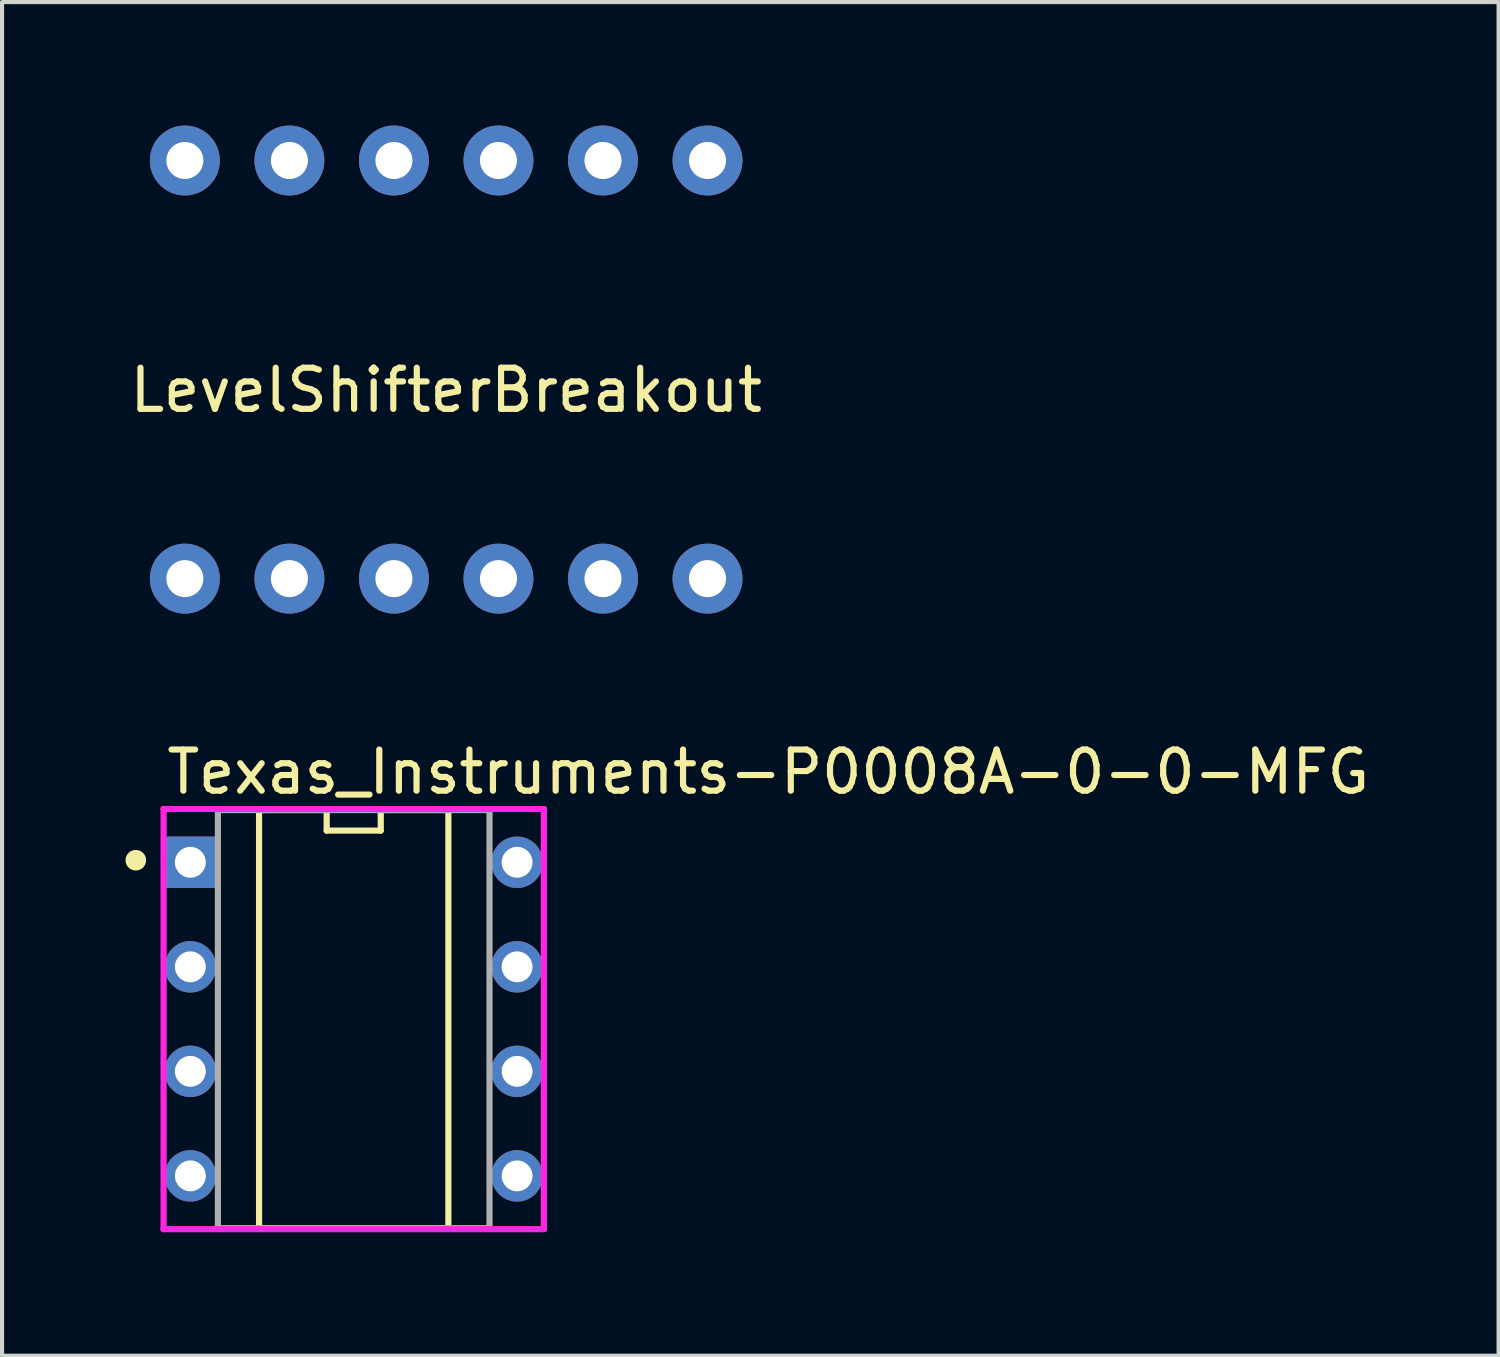
<source format=kicad_pcb>
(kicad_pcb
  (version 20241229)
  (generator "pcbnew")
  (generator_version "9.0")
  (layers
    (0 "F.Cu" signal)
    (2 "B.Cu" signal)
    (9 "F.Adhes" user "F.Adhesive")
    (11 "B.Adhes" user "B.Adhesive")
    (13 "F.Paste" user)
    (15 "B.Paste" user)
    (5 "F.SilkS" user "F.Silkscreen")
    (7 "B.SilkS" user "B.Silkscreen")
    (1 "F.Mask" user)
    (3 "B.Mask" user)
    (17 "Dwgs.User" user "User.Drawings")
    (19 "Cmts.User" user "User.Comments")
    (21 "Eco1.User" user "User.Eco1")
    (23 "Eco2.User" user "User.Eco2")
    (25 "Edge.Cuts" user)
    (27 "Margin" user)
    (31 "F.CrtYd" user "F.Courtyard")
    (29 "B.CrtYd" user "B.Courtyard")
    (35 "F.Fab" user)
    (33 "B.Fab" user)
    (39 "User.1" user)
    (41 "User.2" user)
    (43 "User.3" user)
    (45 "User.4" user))
  (footprint "LevelShifterBreakout"
    (layer "F.Cu")
    (at 7.792 5.93)
    (property "Reference" "LevelShifterBreakout" (at 0 0.5 0) (layer "F.SilkS") (effects (font (size 1 1) (thickness 0.15))))
    (attr through_hole)
    (pad "1" thru_hole circle (at 6.35 -5.08) (size 1.7 1.7) (drill 0.9) (layers "*.Cu" "*.Mask"))
    (pad "2" thru_hole circle (at 3.81 -5.08) (size 1.7 1.7) (drill 0.9) (layers "*.Cu" "*.Mask"))
    (pad "3" thru_hole circle (at 1.27 -5.08) (size 1.7 1.7) (drill 0.9) (layers "*.Cu" "*.Mask"))
    (pad "4" thru_hole circle (at -1.27 -5.08) (size 1.7 1.7) (drill 0.9) (layers "*.Cu" "*.Mask"))
    (pad "5" thru_hole circle (at -3.81 -5.08) (size 1.7 1.7) (drill 0.9) (layers "*.Cu" "*.Mask"))
    (pad "6" thru_hole circle (at -6.35 -5.08) (size 1.7 1.7) (drill 0.9) (layers "*.Cu" "*.Mask"))
    (pad "7" thru_hole circle (at -6.35 5.08) (size 1.7 1.7) (drill 0.9) (layers "*.Cu" "*.Mask"))
    (pad "8" thru_hole circle (at -3.81 5.08) (size 1.7 1.7) (drill 0.9) (layers "*.Cu" "*.Mask"))
    (pad "9" thru_hole circle (at -1.27 5.08) (size 1.7 1.7) (drill 0.9) (layers "*.Cu" "*.Mask"))
    (pad "10" thru_hole circle (at 1.27 5.08) (size 1.7 1.7) (drill 0.9) (layers "*.Cu" "*.Mask"))
    (pad "11" thru_hole circle (at 3.81 5.08) (size 1.7 1.7) (drill 0.9) (layers "*.Cu" "*.Mask"))
    (pad "12" thru_hole circle (at 6.35 5.08) (size 1.7 1.7) (drill 0.9) (layers "*.Cu" "*.Mask")))
  (footprint "Texas_Instruments-P0008A-0-0-MFG"
    (layer "F.Cu")
    (at 5.545 21.713)
    (property "Reference" "Texas_Instruments-P0008A-0-0-MFG" (at -4.62 -6.005 0) (layer "F.SilkS") (effects (font (size 1 1) (thickness 0.15)) (justify left)))
    (attr through_hole)
    (fp_line (start -2.3 -5.08) (end -2.3 5.08) (stroke (width 0.15) (type solid)) (layer "F.SilkS"))
    (fp_line (start -2.3 5.08) (end 2.3 5.08) (stroke (width 0.15) (type solid)) (layer "F.SilkS"))
    (fp_line (start -0.657 -5.08) (end -2.3 -5.08) (stroke (width 0.15) (type solid)) (layer "F.SilkS"))
    (fp_line (start -0.657 -4.58) (end -0.657 -5.08) (stroke (width 0.15) (type solid)) (layer "F.SilkS"))
    (fp_line (start 0.657 -5.08) (end 0.657 -4.58) (stroke (width 0.15) (type solid)) (layer "F.SilkS"))
    (fp_line (start 0.657 -4.58) (end -0.657 -4.58) (stroke (width 0.15) (type solid)) (layer "F.SilkS"))
    (fp_line (start 2.3 -5.08) (end 0.657 -5.08) (stroke (width 0.15) (type solid)) (layer "F.SilkS"))
    (fp_line (start 2.3 5.08) (end 2.3 -5.08) (stroke (width 0.15) (type solid)) (layer "F.SilkS"))
    (fp_circle (center -5.295 -3.86) (end -5.17 -3.86) (stroke (width 0.25) (type solid)) (fill no) (layer "F.SilkS"))
    (fp_line (start -4.62 -5.105) (end -4.62 5.105) (stroke (width 0.15) (type solid)) (layer "F.CrtYd"))
    (fp_line (start -4.62 5.105) (end 4.62 5.105) (stroke (width 0.15) (type solid)) (layer "F.CrtYd"))
    (fp_line (start 4.62 -5.105) (end -4.62 -5.105) (stroke (width 0.15) (type solid)) (layer "F.CrtYd"))
    (fp_line (start 4.62 -5.105) (end 4.62 -5.105) (stroke (width 0.15) (type solid)) (layer "F.CrtYd"))
    (fp_line (start 4.62 5.105) (end 4.62 -5.105) (stroke (width 0.15) (type solid)) (layer "F.CrtYd"))
    (fp_line (start -3.3 -5.08) (end 3.3 -5.08) (stroke (width 0.15) (type solid)) (layer "F.Fab"))
    (fp_line (start -3.3 5.08) (end -3.3 -5.08) (stroke (width 0.15) (type solid)) (layer "F.Fab"))
    (fp_line (start 3.3 -5.08) (end 3.3 5.08) (stroke (width 0.15) (type solid)) (layer "F.Fab"))
    (fp_line (start 3.3 5.08) (end -3.3 5.08) (stroke (width 0.15) (type solid)) (layer "F.Fab"))
    (pad "1" thru_hole rect (at -3.97 -3.81) (size 1.25 1.25) (drill 0.75) (layers "*.Cu"))
    (pad "2" thru_hole circle (at -3.97 -1.27) (size 1.25 1.25) (drill 0.75) (layers "*.Cu"))
    (pad "3" thru_hole circle (at -3.97 1.27) (size 1.25 1.25) (drill 0.75) (layers "*.Cu"))
    (pad "4" thru_hole circle (at -3.97 3.81) (size 1.25 1.25) (drill 0.75) (layers "*.Cu"))
    (pad "5" thru_hole circle (at 3.97 3.81) (size 1.25 1.25) (drill 0.75) (layers "*.Cu"))
    (pad "6" thru_hole circle (at 3.97 1.27) (size 1.25 1.25) (drill 0.75) (layers "*.Cu"))
    (pad "7" thru_hole circle (at 3.97 -1.27) (size 1.25 1.25) (drill 0.75) (layers "*.Cu"))
    (pad "8" thru_hole circle (at 3.97 -3.81) (size 1.25 1.25) (drill 0.75) (layers "*.Cu")))
  (gr_rect
    (start -3 -3)
    (end 33.365 29.893)
    (stroke (width 0.1) (type default))
    (fill no)
    (layer "Edge.Cuts")))
</source>
